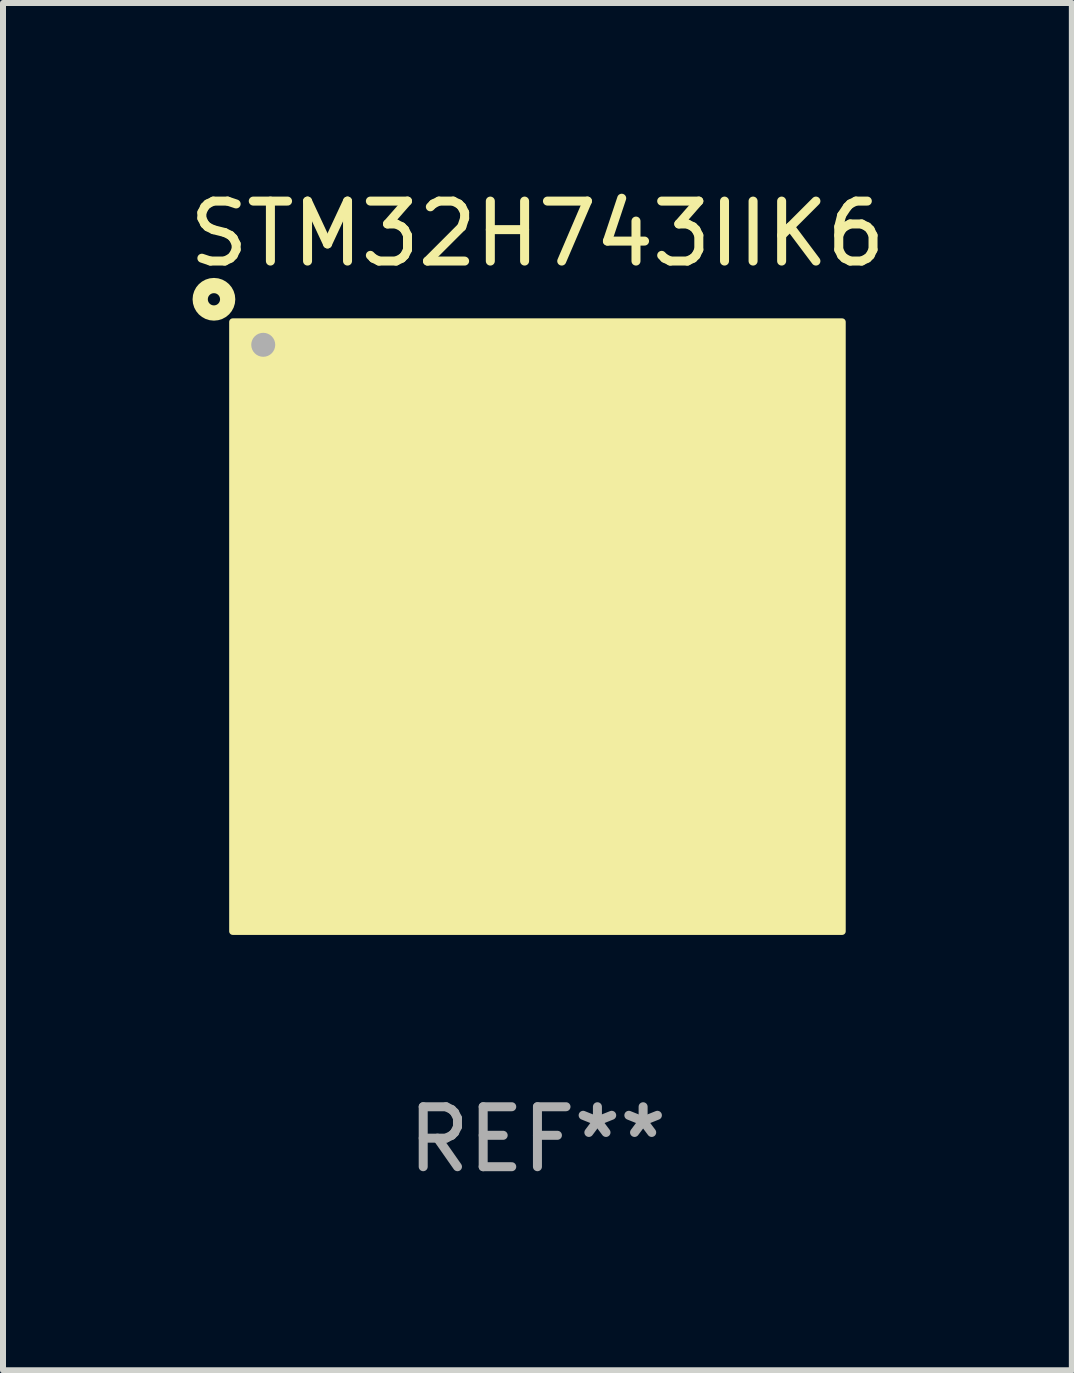
<source format=kicad_pcb>
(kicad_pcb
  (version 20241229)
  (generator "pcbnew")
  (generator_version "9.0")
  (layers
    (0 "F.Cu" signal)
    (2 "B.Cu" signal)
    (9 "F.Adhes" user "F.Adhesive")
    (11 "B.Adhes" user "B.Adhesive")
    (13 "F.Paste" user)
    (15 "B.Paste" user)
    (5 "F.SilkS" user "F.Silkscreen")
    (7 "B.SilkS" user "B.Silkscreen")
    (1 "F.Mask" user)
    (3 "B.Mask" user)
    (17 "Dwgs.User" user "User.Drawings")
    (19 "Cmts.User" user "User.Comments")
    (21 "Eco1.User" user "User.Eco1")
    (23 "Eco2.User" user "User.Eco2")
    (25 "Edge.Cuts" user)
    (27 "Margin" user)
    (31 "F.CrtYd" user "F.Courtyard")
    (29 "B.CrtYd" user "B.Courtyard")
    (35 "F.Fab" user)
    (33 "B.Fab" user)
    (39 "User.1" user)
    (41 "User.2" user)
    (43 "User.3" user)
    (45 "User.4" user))
  (footprint "STM32H743IIK6"
    (layer "F.Cu")
    (at 5.911 7.398)
    (property "Reference" "STM32H743IIK6" (at 0 -6.55 0) (layer "F.SilkS") (effects (font (size 1 1) (thickness 0.15))))
    (attr through_hole)
    (fp_circle (center -5.394 -5.458) (end -5.292 -5.458) (stroke (width 0.254) (type solid)) (fill no) (layer "F.SilkS"))
    (fp_circle (center -5 -5) (end -4.97 -5) (stroke (width 0.06) (type solid)) (fill no) (layer "F.SilkS"))
    (fp_poly (pts (xy -5.08 -5.08) (xy 5.08 -5.08) (xy 5.08 5.08) (xy -5.08 5.08)) (stroke (width 0.12) (type solid)) (fill yes) (layer "F.SilkS"))
    (fp_circle (center -4.572 -4.699) (end -4.472 -4.699) (stroke (width 0.2) (type solid)) (fill no) (layer "F.Fab"))
    (fp_text user "REF**" (at 0 8.55 0) (layer "F.Fab") (effects (font (size 1 1) (thickness 0.15))))
    (pad "A1" smd circle (at -4.55 -4.55) (size 0.3 0.3) (layers "F.Cu" "F.Mask" "F.Paste"))
    (pad "A2" smd circle (at -3.9 -4.55) (size 0.3 0.3) (layers "F.Cu" "F.Mask" "F.Paste"))
    (pad "A3" smd circle (at -3.25 -4.55) (size 0.3 0.3) (layers "F.Cu" "F.Mask" "F.Paste"))
    (pad "A4" smd circle (at -2.6 -4.55) (size 0.3 0.3) (layers "F.Cu" "F.Mask" "F.Paste"))
    (pad "A5" smd circle (at -1.95 -4.55) (size 0.3 0.3) (layers "F.Cu" "F.Mask" "F.Paste"))
    (pad "A6" smd circle (at -1.3 -4.55) (size 0.3 0.3) (layers "F.Cu" "F.Mask" "F.Paste"))
    (pad "A7" smd circle (at -0.65 -4.55) (size 0.3 0.3) (layers "F.Cu" "F.Mask" "F.Paste"))
    (pad "A8" smd circle (at -0.000127 -4.55) (size 0.3 0.3) (layers "F.Cu" "F.Mask" "F.Paste"))
    (pad "A9" smd circle (at 0.65 -4.55) (size 0.3 0.3) (layers "F.Cu" "F.Mask" "F.Paste"))
    (pad "A10" smd circle (at 1.3 -4.55) (size 0.3 0.3) (layers "F.Cu" "F.Mask" "F.Paste"))
    (pad "A11" smd circle (at 1.95 -4.55) (size 0.3 0.3) (layers "F.Cu" "F.Mask" "F.Paste"))
    (pad "A12" smd circle (at 2.6 -4.55) (size 0.3 0.3) (layers "F.Cu" "F.Mask" "F.Paste"))
    (pad "A13" smd circle (at 3.25 -4.55) (size 0.3 0.3) (layers "F.Cu" "F.Mask" "F.Paste"))
    (pad "A14" smd circle (at 3.9 -4.55) (size 0.3 0.3) (layers "F.Cu" "F.Mask" "F.Paste"))
    (pad "A15" smd circle (at 4.55 -4.55) (size 0.3 0.3) (layers "F.Cu" "F.Mask" "F.Paste"))
    (pad "B1" smd circle (at -4.55 -3.9) (size 0.3 0.3) (layers "F.Cu" "F.Mask" "F.Paste"))
    (pad "B2" smd circle (at -3.9 -3.9) (size 0.3 0.3) (layers "F.Cu" "F.Mask" "F.Paste"))
    (pad "B3" smd circle (at -3.25 -3.9) (size 0.3 0.3) (layers "F.Cu" "F.Mask" "F.Paste"))
    (pad "B4" smd circle (at -2.6 -3.9) (size 0.3 0.3) (layers "F.Cu" "F.Mask" "F.Paste"))
    (pad "B5" smd circle (at -1.95 -3.9) (size 0.3 0.3) (layers "F.Cu" "F.Mask" "F.Paste"))
    (pad "B6" smd circle (at -1.3 -3.9) (size 0.3 0.3) (layers "F.Cu" "F.Mask" "F.Paste"))
    (pad "B7" smd circle (at -0.65 -3.9) (size 0.3 0.3) (layers "F.Cu" "F.Mask" "F.Paste"))
    (pad "B8" smd circle (at 0.000127 -3.9) (size 0.3 0.3) (layers "F.Cu" "F.Mask" "F.Paste"))
    (pad "B9" smd circle (at 0.65 -3.9) (size 0.3 0.3) (layers "F.Cu" "F.Mask" "F.Paste"))
    (pad "B10" smd circle (at 1.3 -3.9) (size 0.3 0.3) (layers "F.Cu" "F.Mask" "F.Paste"))
    (pad "B11" smd circle (at 1.95 -3.9) (size 0.3 0.3) (layers "F.Cu" "F.Mask" "F.Paste"))
    (pad "B12" smd circle (at 2.6 -3.9) (size 0.3 0.3) (layers "F.Cu" "F.Mask" "F.Paste"))
    (pad "B13" smd circle (at 3.25 -3.9) (size 0.3 0.3) (layers "F.Cu" "F.Mask" "F.Paste"))
    (pad "B14" smd circle (at 3.9 -3.9) (size 0.3 0.3) (layers "F.Cu" "F.Mask" "F.Paste"))
    (pad "B15" smd circle (at 4.55 -3.9) (size 0.3 0.3) (layers "F.Cu" "F.Mask" "F.Paste"))
    (pad "C1" smd circle (at -4.55 -3.25) (size 0.3 0.3) (layers "F.Cu" "F.Mask" "F.Paste"))
    (pad "C2" smd circle (at -3.9 -3.25) (size 0.3 0.3) (layers "F.Cu" "F.Mask" "F.Paste"))
    (pad "C3" smd circle (at -3.25 -3.25) (size 0.3 0.3) (layers "F.Cu" "F.Mask" "F.Paste"))
    (pad "C4" smd circle (at -2.6 -3.25) (size 0.3 0.3) (layers "F.Cu" "F.Mask" "F.Paste"))
    (pad "C5" smd circle (at -1.95 -3.25) (size 0.3 0.3) (layers "F.Cu" "F.Mask" "F.Paste"))
    (pad "C6" smd circle (at -1.3 -3.25) (size 0.3 0.3) (layers "F.Cu" "F.Mask" "F.Paste"))
    (pad "C7" smd circle (at -0.65 -3.25) (size 0.3 0.3) (layers "F.Cu" "F.Mask" "F.Paste"))
    (pad "C8" smd circle (at 0.000127 -3.25) (size 0.3 0.3) (layers "F.Cu" "F.Mask" "F.Paste"))
    (pad "C9" smd circle (at 0.65 -3.25) (size 0.3 0.3) (layers "F.Cu" "F.Mask" "F.Paste"))
    (pad "C10" smd circle (at 1.3 -3.25) (size 0.3 0.3) (layers "F.Cu" "F.Mask" "F.Paste"))
    (pad "C11" smd circle (at 1.95 -3.25) (size 0.3 0.3) (layers "F.Cu" "F.Mask" "F.Paste"))
    (pad "C12" smd circle (at 2.6 -3.25) (size 0.3 0.3) (layers "F.Cu" "F.Mask" "F.Paste"))
    (pad "C13" smd circle (at 3.25 -3.25) (size 0.3 0.3) (layers "F.Cu" "F.Mask" "F.Paste"))
    (pad "C14" smd circle (at 3.9 -3.25) (size 0.3 0.3) (layers "F.Cu" "F.Mask" "F.Paste"))
    (pad "C15" smd circle (at 4.55 -3.25) (size 0.3 0.3) (layers "F.Cu" "F.Mask" "F.Paste"))
    (pad "D1" smd circle (at -4.55 -2.6) (size 0.3 0.3) (layers "F.Cu" "F.Mask" "F.Paste"))
    (pad "D2" smd circle (at -3.9 -2.6) (size 0.3 0.3) (layers "F.Cu" "F.Mask" "F.Paste"))
    (pad "D3" smd circle (at -3.25 -2.6) (size 0.3 0.3) (layers "F.Cu" "F.Mask" "F.Paste"))
    (pad "D4" smd circle (at -2.6 -2.6) (size 0.3 0.3) (layers "F.Cu" "F.Mask" "F.Paste"))
    (pad "D5" smd circle (at -1.95 -2.6) (size 0.3 0.3) (layers "F.Cu" "F.Mask" "F.Paste"))
    (pad "D6" smd circle (at -1.3 -2.6) (size 0.3 0.3) (layers "F.Cu" "F.Mask" "F.Paste"))
    (pad "D7" smd circle (at -0.65 -2.6) (size 0.3 0.3) (layers "F.Cu" "F.Mask" "F.Paste"))
    (pad "D8" smd circle (at -0.000127 -2.6) (size 0.3 0.3) (layers "F.Cu" "F.Mask" "F.Paste"))
    (pad "D9" smd circle (at 0.65 -2.6) (size 0.3 0.3) (layers "F.Cu" "F.Mask" "F.Paste"))
    (pad "D10" smd circle (at 1.3 -2.6) (size 0.3 0.3) (layers "F.Cu" "F.Mask" "F.Paste"))
    (pad "D11" smd circle (at 1.95 -2.6) (size 0.3 0.3) (layers "F.Cu" "F.Mask" "F.Paste"))
    (pad "D12" smd circle (at 2.6 -2.6) (size 0.3 0.3) (layers "F.Cu" "F.Mask" "F.Paste"))
    (pad "D13" smd circle (at 3.25 -2.6) (size 0.3 0.3) (layers "F.Cu" "F.Mask" "F.Paste"))
    (pad "D14" smd circle (at 3.9 -2.6) (size 0.3 0.3) (layers "F.Cu" "F.Mask" "F.Paste"))
    (pad "D15" smd circle (at 4.55 -2.6) (size 0.3 0.3) (layers "F.Cu" "F.Mask" "F.Paste"))
    (pad "E1" smd circle (at -4.55 -1.95) (size 0.3 0.3) (layers "F.Cu" "F.Mask" "F.Paste"))
    (pad "E2" smd circle (at -3.9 -1.95) (size 0.3 0.3) (layers "F.Cu" "F.Mask" "F.Paste"))
    (pad "E3" smd circle (at -3.25 -1.95) (size 0.3 0.3) (layers "F.Cu" "F.Mask" "F.Paste"))
    (pad "E4" smd circle (at -2.6 -1.95) (size 0.3 0.3) (layers "F.Cu" "F.Mask" "F.Paste"))
    (pad "E12" smd circle (at 2.6 -1.95) (size 0.3 0.3) (layers "F.Cu" "F.Mask" "F.Paste"))
    (pad "E13" smd circle (at 3.25 -1.95) (size 0.3 0.3) (layers "F.Cu" "F.Mask" "F.Paste"))
    (pad "E14" smd circle (at 3.9 -1.95) (size 0.3 0.3) (layers "F.Cu" "F.Mask" "F.Paste"))
    (pad "E15" smd circle (at 4.55 -1.95) (size 0.3 0.3) (layers "F.Cu" "F.Mask" "F.Paste"))
    (pad "F1" smd circle (at -4.55 -1.3) (size 0.3 0.3) (layers "F.Cu" "F.Mask" "F.Paste"))
    (pad "F2" smd circle (at -3.9 -1.3) (size 0.3 0.3) (layers "F.Cu" "F.Mask" "F.Paste"))
    (pad "F3" smd circle (at -3.25 -1.3) (size 0.3 0.3) (layers "F.Cu" "F.Mask" "F.Paste"))
    (pad "F4" smd circle (at -2.6 -1.3) (size 0.3 0.3) (layers "F.Cu" "F.Mask" "F.Paste"))
    (pad "F6" smd circle (at -1.3 -1.3) (size 0.3 0.3) (layers "F.Cu" "F.Mask" "F.Paste"))
    (pad "F7" smd circle (at -0.65 -1.3) (size 0.3 0.3) (layers "F.Cu" "F.Mask" "F.Paste"))
    (pad "F8" smd circle (at 0.000127 -1.3) (size 0.3 0.3) (layers "F.Cu" "F.Mask" "F.Paste"))
    (pad "F9" smd circle (at 0.65 -1.3) (size 0.3 0.3) (layers "F.Cu" "F.Mask" "F.Paste"))
    (pad "F10" smd circle (at 1.3 -1.3) (size 0.3 0.3) (layers "F.Cu" "F.Mask" "F.Paste"))
    (pad "F12" smd circle (at 2.6 -1.3) (size 0.3 0.3) (layers "F.Cu" "F.Mask" "F.Paste"))
    (pad "F13" smd circle (at 3.25 -1.3) (size 0.3 0.3) (layers "F.Cu" "F.Mask" "F.Paste"))
    (pad "F14" smd circle (at 3.9 -1.3) (size 0.3 0.3) (layers "F.Cu" "F.Mask" "F.Paste"))
    (pad "F15" smd circle (at 4.55 -1.3) (size 0.3 0.3) (layers "F.Cu" "F.Mask" "F.Paste"))
    (pad "G1" smd circle (at -4.55 -0.65) (size 0.3 0.3) (layers "F.Cu" "F.Mask" "F.Paste"))
    (pad "G2" smd circle (at -3.9 -0.65) (size 0.3 0.3) (layers "F.Cu" "F.Mask" "F.Paste"))
    (pad "G3" smd circle (at -3.25 -0.65) (size 0.3 0.3) (layers "F.Cu" "F.Mask" "F.Paste"))
    (pad "G4" smd circle (at -2.6 -0.65) (size 0.3 0.3) (layers "F.Cu" "F.Mask" "F.Paste"))
    (pad "G6" smd circle (at -1.3 -0.65) (size 0.3 0.3) (layers "F.Cu" "F.Mask" "F.Paste"))
    (pad "G7" smd circle (at -0.65 -0.65) (size 0.3 0.3) (layers "F.Cu" "F.Mask" "F.Paste"))
    (pad "G8" smd circle (at -0.000127 -0.65) (size 0.3 0.3) (layers "F.Cu" "F.Mask" "F.Paste"))
    (pad "G9" smd circle (at 0.65 -0.65) (size 0.3 0.3) (layers "F.Cu" "F.Mask" "F.Paste"))
    (pad "G10" smd circle (at 1.3 -0.65) (size 0.3 0.3) (layers "F.Cu" "F.Mask" "F.Paste"))
    (pad "G12" smd circle (at 2.6 -0.65) (size 0.3 0.3) (layers "F.Cu" "F.Mask" "F.Paste"))
    (pad "G13" smd circle (at 3.25 -0.65) (size 0.3 0.3) (layers "F.Cu" "F.Mask" "F.Paste"))
    (pad "G14" smd circle (at 3.9 -0.65) (size 0.3 0.3) (layers "F.Cu" "F.Mask" "F.Paste"))
    (pad "G15" smd circle (at 4.55 -0.65) (size 0.3 0.3) (layers "F.Cu" "F.Mask" "F.Paste"))
    (pad "H1" smd circle (at -4.55 -0.000127) (size 0.3 0.3) (layers "F.Cu" "F.Mask" "F.Paste"))
    (pad "H2" smd circle (at -3.9 -0.000127) (size 0.3 0.3) (layers "F.Cu" "F.Mask" "F.Paste"))
    (pad "H3" smd circle (at -3.25 -0.000127) (size 0.3 0.3) (layers "F.Cu" "F.Mask" "F.Paste"))
    (pad "H4" smd circle (at -2.6 -0.000127) (size 0.3 0.3) (layers "F.Cu" "F.Mask" "F.Paste"))
    (pad "H6" smd circle (at -1.3 -0.000127) (size 0.3 0.3) (layers "F.Cu" "F.Mask" "F.Paste"))
    (pad "H7" smd circle (at -0.65 -0.000127) (size 0.3 0.3) (layers "F.Cu" "F.Mask" "F.Paste"))
    (pad "H8" smd circle (at -0.000127 -0.000127) (size 0.3 0.3) (layers "F.Cu" "F.Mask" "F.Paste"))
    (pad "H9" smd circle (at 0.65 -0.000127) (size 0.3 0.3) (layers "F.Cu" "F.Mask" "F.Paste"))
    (pad "H10" smd circle (at 1.3 -0.000127) (size 0.3 0.3) (layers "F.Cu" "F.Mask" "F.Paste"))
    (pad "H12" smd circle (at 2.6 -0.000127) (size 0.3 0.3) (layers "F.Cu" "F.Mask" "F.Paste"))
    (pad "H13" smd circle (at 3.25 -0.000127) (size 0.3 0.3) (layers "F.Cu" "F.Mask" "F.Paste"))
    (pad "H14" smd circle (at 3.9 -0.000127) (size 0.3 0.3) (layers "F.Cu" "F.Mask" "F.Paste"))
    (pad "H15" smd circle (at 4.55 -0.000127) (size 0.3 0.3) (layers "F.Cu" "F.Mask" "F.Paste"))
    (pad "J1" smd circle (at -4.55 0.65) (size 0.3 0.3) (layers "F.Cu" "F.Mask" "F.Paste"))
    (pad "J2" smd circle (at -3.9 0.65) (size 0.3 0.3) (layers "F.Cu" "F.Mask" "F.Paste"))
    (pad "J3" smd circle (at -3.25 0.65) (size 0.3 0.3) (layers "F.Cu" "F.Mask" "F.Paste"))
    (pad "J4" smd circle (at -2.6 0.65) (size 0.3 0.3) (layers "F.Cu" "F.Mask" "F.Paste"))
    (pad "J6" smd circle (at -1.3 0.65) (size 0.3 0.3) (layers "F.Cu" "F.Mask" "F.Paste"))
    (pad "J7" smd circle (at -0.65 0.65) (size 0.3 0.3) (layers "F.Cu" "F.Mask" "F.Paste"))
    (pad "J8" smd circle (at -0.000127 0.65) (size 0.3 0.3) (layers "F.Cu" "F.Mask" "F.Paste"))
    (pad "J9" smd circle (at 0.65 0.65) (size 0.3 0.3) (layers "F.Cu" "F.Mask" "F.Paste"))
    (pad "J10" smd circle (at 1.3 0.65) (size 0.3 0.3) (layers "F.Cu" "F.Mask" "F.Paste"))
    (pad "J12" smd circle (at 2.6 0.65) (size 0.3 0.3) (layers "F.Cu" "F.Mask" "F.Paste"))
    (pad "J13" smd circle (at 3.25 0.65) (size 0.3 0.3) (layers "F.Cu" "F.Mask" "F.Paste"))
    (pad "J14" smd circle (at 3.9 0.65) (size 0.3 0.3) (layers "F.Cu" "F.Mask" "F.Paste"))
    (pad "J15" smd circle (at 4.55 0.65) (size 0.3 0.3) (layers "F.Cu" "F.Mask" "F.Paste"))
    (pad "K1" smd circle (at -4.55 1.3) (size 0.3 0.3) (layers "F.Cu" "F.Mask" "F.Paste"))
    (pad "K2" smd circle (at -3.9 1.3) (size 0.3 0.3) (layers "F.Cu" "F.Mask" "F.Paste"))
    (pad "K3" smd circle (at -3.25 1.3) (size 0.3 0.3) (layers "F.Cu" "F.Mask" "F.Paste"))
    (pad "K4" smd circle (at -2.6 1.3) (size 0.3 0.3) (layers "F.Cu" "F.Mask" "F.Paste"))
    (pad "K6" smd circle (at -1.3 1.3) (size 0.3 0.3) (layers "F.Cu" "F.Mask" "F.Paste"))
    (pad "K7" smd circle (at -0.65 1.3) (size 0.3 0.3) (layers "F.Cu" "F.Mask" "F.Paste"))
    (pad "K8" smd circle (at 0.000127 1.3) (size 0.3 0.3) (layers "F.Cu" "F.Mask" "F.Paste"))
    (pad "K9" smd circle (at 0.65 1.3) (size 0.3 0.3) (layers "F.Cu" "F.Mask" "F.Paste"))
    (pad "K10" smd circle (at 1.3 1.3) (size 0.3 0.3) (layers "F.Cu" "F.Mask" "F.Paste"))
    (pad "K12" smd circle (at 2.6 1.3) (size 0.3 0.3) (layers "F.Cu" "F.Mask" "F.Paste"))
    (pad "K13" smd circle (at 3.25 1.3) (size 0.3 0.3) (layers "F.Cu" "F.Mask" "F.Paste"))
    (pad "K14" smd circle (at 3.9 1.3) (size 0.3 0.3) (layers "F.Cu" "F.Mask" "F.Paste"))
    (pad "K15" smd circle (at 4.55 1.3) (size 0.3 0.3) (layers "F.Cu" "F.Mask" "F.Paste"))
    (pad "L1" smd circle (at -4.55 1.95) (size 0.3 0.3) (layers "F.Cu" "F.Mask" "F.Paste"))
    (pad "L2" smd circle (at -3.9 1.95) (size 0.3 0.3) (layers "F.Cu" "F.Mask" "F.Paste"))
    (pad "L3" smd circle (at -3.25 1.95) (size 0.3 0.3) (layers "F.Cu" "F.Mask" "F.Paste"))
    (pad "L4" smd circle (at -2.6 1.95) (size 0.3 0.3) (layers "F.Cu" "F.Mask" "F.Paste"))
    (pad "L12" smd circle (at 2.6 1.95) (size 0.3 0.3) (layers "F.Cu" "F.Mask" "F.Paste"))
    (pad "L13" smd circle (at 3.25 1.95) (size 0.3 0.3) (layers "F.Cu" "F.Mask" "F.Paste"))
    (pad "L14" smd circle (at 3.9 1.95) (size 0.3 0.3) (layers "F.Cu" "F.Mask" "F.Paste"))
    (pad "L15" smd circle (at 4.55 1.95) (size 0.3 0.3) (layers "F.Cu" "F.Mask" "F.Paste"))
    (pad "M1" smd circle (at -4.55 2.6) (size 0.3 0.3) (layers "F.Cu" "F.Mask" "F.Paste"))
    (pad "M2" smd circle (at -3.9 2.6) (size 0.3 0.3) (layers "F.Cu" "F.Mask" "F.Paste"))
    (pad "M3" smd circle (at -3.25 2.6) (size 0.3 0.3) (layers "F.Cu" "F.Mask" "F.Paste"))
    (pad "M4" smd circle (at -2.6 2.6) (size 0.3 0.3) (layers "F.Cu" "F.Mask" "F.Paste"))
    (pad "M5" smd circle (at -1.95 2.6) (size 0.3 0.3) (layers "F.Cu" "F.Mask" "F.Paste"))
    (pad "M6" smd circle (at -1.3 2.6) (size 0.3 0.3) (layers "F.Cu" "F.Mask" "F.Paste"))
    (pad "M7" smd circle (at -0.65 2.6) (size 0.3 0.3) (layers "F.Cu" "F.Mask" "F.Paste"))
    (pad "M8" smd circle (at -0.000127 2.6) (size 0.3 0.3) (layers "F.Cu" "F.Mask" "F.Paste"))
    (pad "M9" smd circle (at 0.65 2.6) (size 0.3 0.3) (layers "F.Cu" "F.Mask" "F.Paste"))
    (pad "M10" smd circle (at 1.3 2.6) (size 0.3 0.3) (layers "F.Cu" "F.Mask" "F.Paste"))
    (pad "M11" smd circle (at 1.95 2.6) (size 0.3 0.3) (layers "F.Cu" "F.Mask" "F.Paste"))
    (pad "M12" smd circle (at 2.6 2.6) (size 0.3 0.3) (layers "F.Cu" "F.Mask" "F.Paste"))
    (pad "M13" smd circle (at 3.25 2.6) (size 0.3 0.3) (layers "F.Cu" "F.Mask" "F.Paste"))
    (pad "M14" smd circle (at 3.9 2.6) (size 0.3 0.3) (layers "F.Cu" "F.Mask" "F.Paste"))
    (pad "M15" smd circle (at 4.55 2.6) (size 0.3 0.3) (layers "F.Cu" "F.Mask" "F.Paste"))
    (pad "N1" smd circle (at -4.55 3.25) (size 0.3 0.3) (layers "F.Cu" "F.Mask" "F.Paste"))
    (pad "N2" smd circle (at -3.9 3.25) (size 0.3 0.3) (layers "F.Cu" "F.Mask" "F.Paste"))
    (pad "N3" smd circle (at -3.25 3.25) (size 0.3 0.3) (layers "F.Cu" "F.Mask" "F.Paste"))
    (pad "N4" smd circle (at -2.6 3.25) (size 0.3 0.3) (layers "F.Cu" "F.Mask" "F.Paste"))
    (pad "N5" smd circle (at -1.95 3.25) (size 0.3 0.3) (layers "F.Cu" "F.Mask" "F.Paste"))
    (pad "N6" smd circle (at -1.3 3.25) (size 0.3 0.3) (layers "F.Cu" "F.Mask" "F.Paste"))
    (pad "N7" smd circle (at -0.65 3.25) (size 0.3 0.3) (layers "F.Cu" "F.Mask" "F.Paste"))
    (pad "N8" smd circle (at -0.000127 3.25) (size 0.3 0.3) (layers "F.Cu" "F.Mask" "F.Paste"))
    (pad "N9" smd circle (at 0.65 3.25) (size 0.3 0.3) (layers "F.Cu" "F.Mask" "F.Paste"))
    (pad "N10" smd circle (at 1.3 3.25) (size 0.3 0.3) (layers "F.Cu" "F.Mask" "F.Paste"))
    (pad "N11" smd circle (at 1.95 3.25) (size 0.3 0.3) (layers "F.Cu" "F.Mask" "F.Paste"))
    (pad "N12" smd circle (at 2.6 3.25) (size 0.3 0.3) (layers "F.Cu" "F.Mask" "F.Paste"))
    (pad "N13" smd circle (at 3.25 3.25) (size 0.3 0.3) (layers "F.Cu" "F.Mask" "F.Paste"))
    (pad "N14" smd circle (at 3.9 3.25) (size 0.3 0.3) (layers "F.Cu" "F.Mask" "F.Paste"))
    (pad "N15" smd circle (at 4.55 3.25) (size 0.3 0.3) (layers "F.Cu" "F.Mask" "F.Paste"))
    (pad "P1" smd circle (at -4.55 3.9) (size 0.3 0.3) (layers "F.Cu" "F.Mask" "F.Paste"))
    (pad "P2" smd circle (at -3.9 3.9) (size 0.3 0.3) (layers "F.Cu" "F.Mask" "F.Paste"))
    (pad "P3" smd circle (at -3.25 3.9) (size 0.3 0.3) (layers "F.Cu" "F.Mask" "F.Paste"))
    (pad "P4" smd circle (at -2.6 3.9) (size 0.3 0.3) (layers "F.Cu" "F.Mask" "F.Paste"))
    (pad "P5" smd circle (at -1.95 3.9) (size 0.3 0.3) (layers "F.Cu" "F.Mask" "F.Paste"))
    (pad "P6" smd circle (at -1.3 3.9) (size 0.3 0.3) (layers "F.Cu" "F.Mask" "F.Paste"))
    (pad "P7" smd circle (at -0.65 3.9) (size 0.3 0.3) (layers "F.Cu" "F.Mask" "F.Paste"))
    (pad "P8" smd circle (at 0.000127 3.9) (size 0.3 0.3) (layers "F.Cu" "F.Mask" "F.Paste"))
    (pad "P9" smd circle (at 0.65 3.9) (size 0.3 0.3) (layers "F.Cu" "F.Mask" "F.Paste"))
    (pad "P10" smd circle (at 1.3 3.9) (size 0.3 0.3) (layers "F.Cu" "F.Mask" "F.Paste"))
    (pad "P11" smd circle (at 1.95 3.9) (size 0.3 0.3) (layers "F.Cu" "F.Mask" "F.Paste"))
    (pad "P12" smd circle (at 2.6 3.9) (size 0.3 0.3) (layers "F.Cu" "F.Mask" "F.Paste"))
    (pad "P13" smd circle (at 3.25 3.9) (size 0.3 0.3) (layers "F.Cu" "F.Mask" "F.Paste"))
    (pad "P14" smd circle (at 3.9 3.9) (size 0.3 0.3) (layers "F.Cu" "F.Mask" "F.Paste"))
    (pad "P15" smd circle (at 4.55 3.9) (size 0.3 0.3) (layers "F.Cu" "F.Mask" "F.Paste"))
    (pad "R1" smd circle (at -4.55 4.55) (size 0.3 0.3) (layers "F.Cu" "F.Mask" "F.Paste"))
    (pad "R2" smd circle (at -3.9 4.55) (size 0.3 0.3) (layers "F.Cu" "F.Mask" "F.Paste"))
    (pad "R3" smd circle (at -3.25 4.55) (size 0.3 0.3) (layers "F.Cu" "F.Mask" "F.Paste"))
    (pad "R4" smd circle (at -2.6 4.55) (size 0.3 0.3) (layers "F.Cu" "F.Mask" "F.Paste"))
    (pad "R5" smd circle (at -1.95 4.55) (size 0.3 0.3) (layers "F.Cu" "F.Mask" "F.Paste"))
    (pad "R6" smd circle (at -1.3 4.55) (size 0.3 0.3) (layers "F.Cu" "F.Mask" "F.Paste"))
    (pad "R7" smd circle (at -0.65 4.55) (size 0.3 0.3) (layers "F.Cu" "F.Mask" "F.Paste"))
    (pad "R8" smd circle (at -0.000127 4.55) (size 0.3 0.3) (layers "F.Cu" "F.Mask" "F.Paste"))
    (pad "R9" smd circle (at 0.65 4.55) (size 0.3 0.3) (layers "F.Cu" "F.Mask" "F.Paste"))
    (pad "R10" smd circle (at 1.3 4.55) (size 0.3 0.3) (layers "F.Cu" "F.Mask" "F.Paste"))
    (pad "R11" smd circle (at 1.95 4.55) (size 0.3 0.3) (layers "F.Cu" "F.Mask" "F.Paste"))
    (pad "R12" smd circle (at 2.6 4.55) (size 0.3 0.3) (layers "F.Cu" "F.Mask" "F.Paste"))
    (pad "R13" smd circle (at 3.25 4.55) (size 0.3 0.3) (layers "F.Cu" "F.Mask" "F.Paste"))
    (pad "R14" smd circle (at 3.9 4.55) (size 0.3 0.3) (layers "F.Cu" "F.Mask" "F.Paste"))
    (pad "R15" smd circle (at 4.55 4.55) (size 0.3 0.3) (layers "F.Cu" "F.Mask" "F.Paste")))
  (gr_rect
    (start -3 -3)
    (end 14.821 19.797)
    (stroke (width 0.1) (type default))
    (fill no)
    (layer "Edge.Cuts")))
</source>
